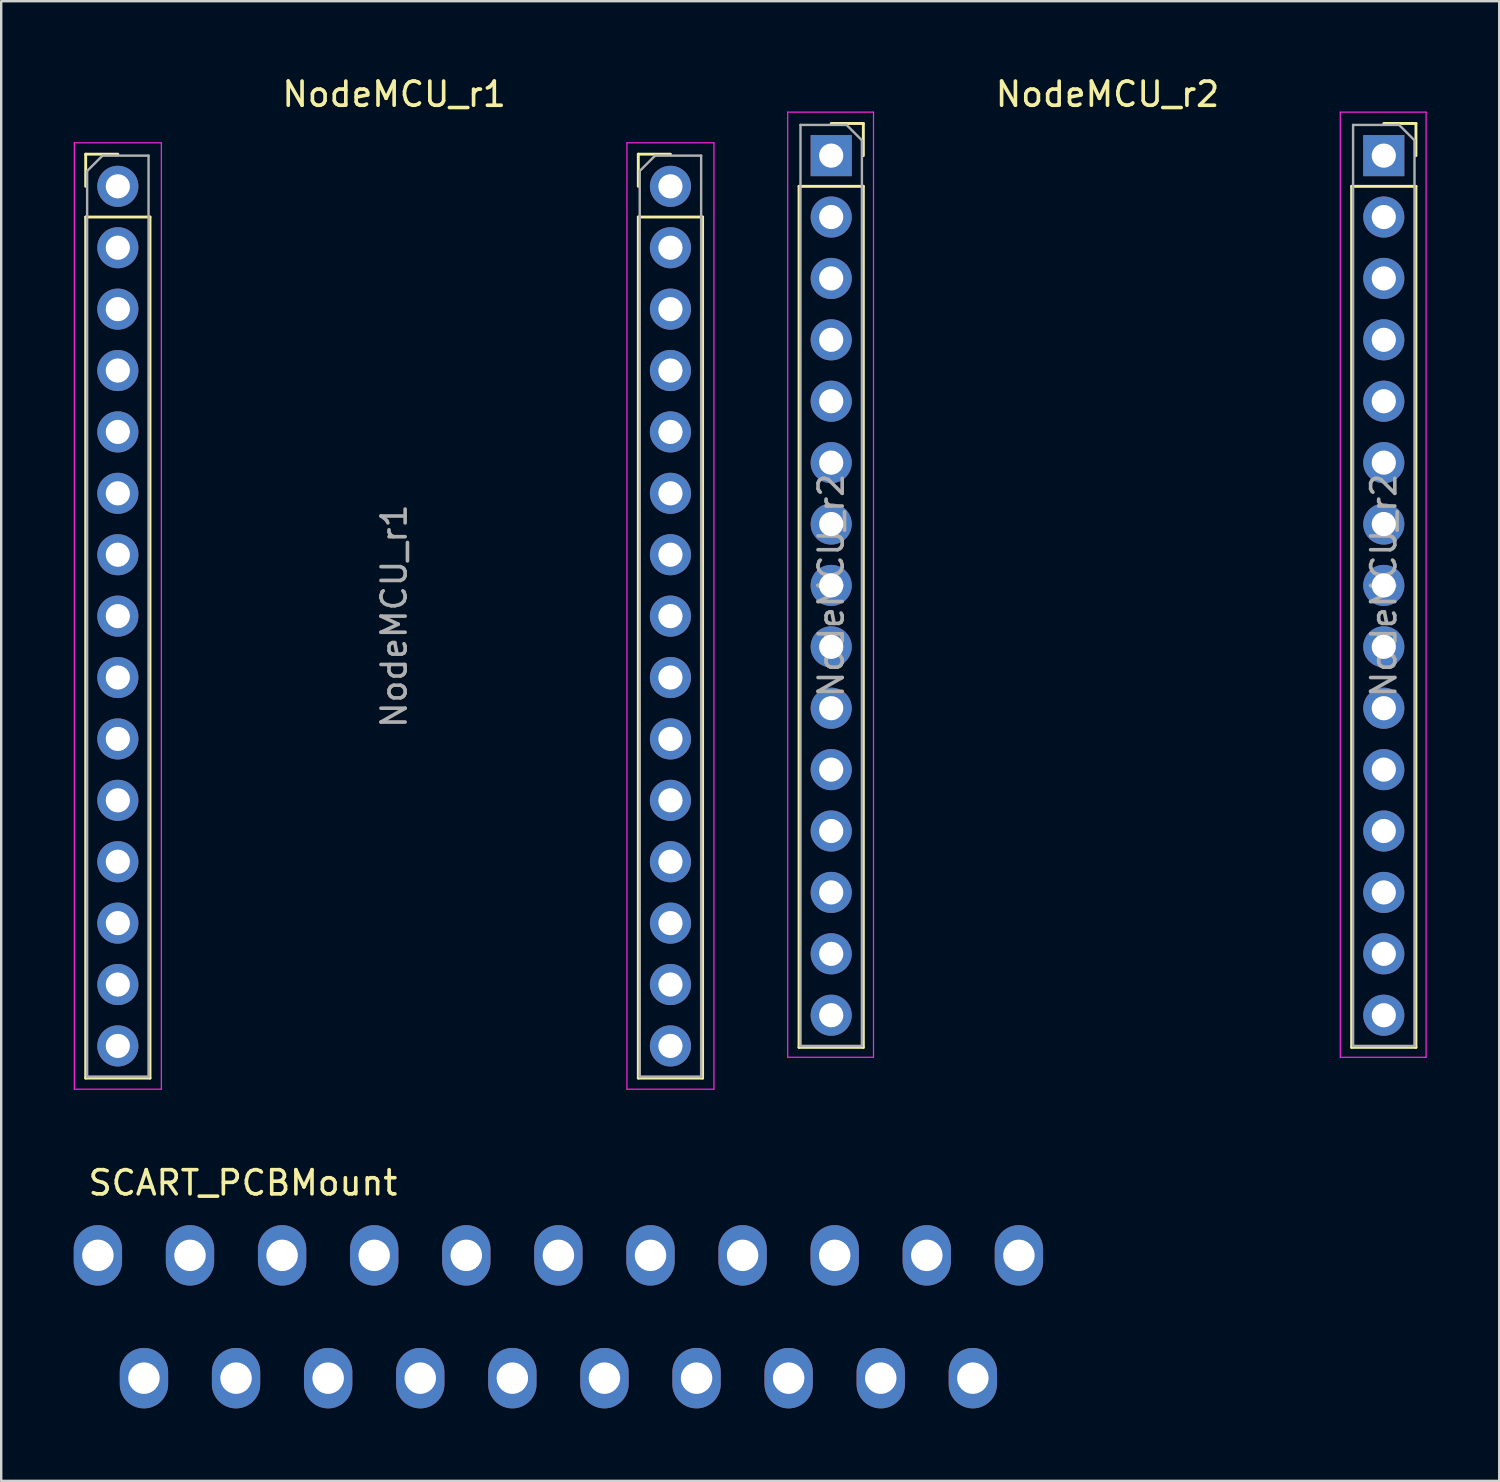
<source format=kicad_pcb>
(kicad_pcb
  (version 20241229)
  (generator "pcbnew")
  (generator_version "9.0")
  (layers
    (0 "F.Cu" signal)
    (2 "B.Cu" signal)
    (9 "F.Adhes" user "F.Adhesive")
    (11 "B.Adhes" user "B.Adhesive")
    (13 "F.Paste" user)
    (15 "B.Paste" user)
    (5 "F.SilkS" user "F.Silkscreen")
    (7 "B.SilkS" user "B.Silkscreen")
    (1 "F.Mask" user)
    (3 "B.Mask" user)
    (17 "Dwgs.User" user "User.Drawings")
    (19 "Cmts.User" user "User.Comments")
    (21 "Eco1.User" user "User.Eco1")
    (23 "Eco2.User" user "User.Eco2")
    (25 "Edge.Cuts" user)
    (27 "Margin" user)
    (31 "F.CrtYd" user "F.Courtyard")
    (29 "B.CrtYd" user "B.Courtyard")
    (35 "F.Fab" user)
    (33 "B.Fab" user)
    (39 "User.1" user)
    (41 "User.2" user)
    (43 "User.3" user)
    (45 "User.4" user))
  (footprint "NodeMCU_r2"
    (layer "F.Cu")
    (at 31.335 3.388)
    (property "Reference" "NodeMCU_r2" (at 11.43 -2.54 180) (layer "F.SilkS") (effects (font (size 1 1) (thickness 0.15))))
    (attr through_hole)
    (fp_line (start -1.33 1.27) (end -1.33 36.89) (stroke (width 0.12) (type solid)) (layer "F.SilkS"))
    (fp_line (start -1.33 1.27) (end 1.33 1.27) (stroke (width 0.12) (type solid)) (layer "F.SilkS"))
    (fp_line (start -1.33 36.89) (end 1.33 36.89) (stroke (width 0.12) (type solid)) (layer "F.SilkS"))
    (fp_line (start 0 -1.33) (end 1.33 -1.33) (stroke (width 0.12) (type solid)) (layer "F.SilkS"))
    (fp_line (start 1.33 -1.33) (end 1.33 0) (stroke (width 0.12) (type solid)) (layer "F.SilkS"))
    (fp_line (start 1.33 1.27) (end 1.33 36.89) (stroke (width 0.12) (type solid)) (layer "F.SilkS"))
    (fp_line (start 21.53 1.27) (end 21.53 36.89) (stroke (width 0.12) (type solid)) (layer "F.SilkS"))
    (fp_line (start 21.53 1.27) (end 24.19 1.27) (stroke (width 0.12) (type solid)) (layer "F.SilkS"))
    (fp_line (start 21.53 36.89) (end 24.19 36.89) (stroke (width 0.12) (type solid)) (layer "F.SilkS"))
    (fp_line (start 22.86 -1.33) (end 24.19 -1.33) (stroke (width 0.12) (type solid)) (layer "F.SilkS"))
    (fp_line (start 24.19 -1.33) (end 24.19 0) (stroke (width 0.12) (type solid)) (layer "F.SilkS"))
    (fp_line (start 24.19 1.27) (end 24.19 36.89) (stroke (width 0.12) (type solid)) (layer "F.SilkS"))
    (fp_line (start -1.8 -1.8) (end 1.75 -1.8) (stroke (width 0.05) (type solid)) (layer "F.CrtYd"))
    (fp_line (start -1.8 37.3) (end -1.8 -1.8) (stroke (width 0.05) (type solid)) (layer "F.CrtYd"))
    (fp_line (start 1.75 -1.8) (end 1.75 37.3) (stroke (width 0.05) (type solid)) (layer "F.CrtYd"))
    (fp_line (start 1.75 37.3) (end -1.8 37.3) (stroke (width 0.05) (type solid)) (layer "F.CrtYd"))
    (fp_line (start 21.06 -1.8) (end 24.61 -1.8) (stroke (width 0.05) (type solid)) (layer "F.CrtYd"))
    (fp_line (start 21.06 37.3) (end 21.06 -1.8) (stroke (width 0.05) (type solid)) (layer "F.CrtYd"))
    (fp_line (start 24.61 -1.8) (end 24.61 37.3) (stroke (width 0.05) (type solid)) (layer "F.CrtYd"))
    (fp_line (start 24.61 37.3) (end 21.06 37.3) (stroke (width 0.05) (type solid)) (layer "F.CrtYd"))
    (fp_line (start -1.27 -1.27) (end 0.635 -1.27) (stroke (width 0.1) (type solid)) (layer "F.Fab"))
    (fp_line (start -1.27 36.83) (end -1.27 -1.27) (stroke (width 0.1) (type solid)) (layer "F.Fab"))
    (fp_line (start 0.635 -1.27) (end 1.27 -0.635) (stroke (width 0.1) (type solid)) (layer "F.Fab"))
    (fp_line (start 1.27 -0.635) (end 1.27 36.83) (stroke (width 0.1) (type solid)) (layer "F.Fab"))
    (fp_line (start 1.27 36.83) (end -1.27 36.83) (stroke (width 0.1) (type solid)) (layer "F.Fab"))
    (fp_line (start 21.59 -1.27) (end 23.495 -1.27) (stroke (width 0.1) (type solid)) (layer "F.Fab"))
    (fp_line (start 21.59 36.83) (end 21.59 -1.27) (stroke (width 0.1) (type solid)) (layer "F.Fab"))
    (fp_line (start 23.495 -1.27) (end 24.13 -0.635) (stroke (width 0.1) (type solid)) (layer "F.Fab"))
    (fp_line (start 24.13 -0.635) (end 24.13 36.83) (stroke (width 0.1) (type solid)) (layer "F.Fab"))
    (fp_line (start 24.13 36.83) (end 21.59 36.83) (stroke (width 0.1) (type solid)) (layer "F.Fab"))
    (fp_text user "${REFERENCE}" (at 0 17.78 90) (layer "F.Fab") (effects (font (size 1 1) (thickness 0.15))))
    (fp_text user "${REFERENCE}" (at 22.86 17.78 90) (layer "F.Fab") (effects (font (size 1 1) (thickness 0.15))))
    (pad "3v3_1" thru_hole oval (at 22.86 12.7) (size 1.7 1.7) (drill 1) (layers "*.Cu" "*.Mask"))
    (pad "3v3_2" thru_hole oval (at 22.86 35.56) (size 1.7 1.7) (drill 1) (layers "*.Cu" "*.Mask"))
    (pad "3v3_3" thru_hole oval (at 0 25.4) (size 1.7 1.7) (drill 1) (layers "*.Cu" "*.Mask"))
    (pad "A0" thru_hole rect (at 0 0) (size 1.7 1.7) (drill 1) (layers "*.Cu" "*.Mask"))
    (pad "D0" thru_hole rect (at 22.86 0) (size 1.7 1.7) (drill 1) (layers "*.Cu" "*.Mask"))
    (pad "D1" thru_hole oval (at 22.86 2.54) (size 1.7 1.7) (drill 1) (layers "*.Cu" "*.Mask"))
    (pad "D2" thru_hole oval (at 22.86 5.08) (size 1.7 1.7) (drill 1) (layers "*.Cu" "*.Mask"))
    (pad "D3" thru_hole oval (at 22.86 7.62) (size 1.7 1.7) (drill 1) (layers "*.Cu" "*.Mask"))
    (pad "D4" thru_hole oval (at 22.86 10.16) (size 1.7 1.7) (drill 1) (layers "*.Cu" "*.Mask"))
    (pad "D5" thru_hole oval (at 22.86 17.78) (size 1.7 1.7) (drill 1) (layers "*.Cu" "*.Mask"))
    (pad "D6" thru_hole oval (at 22.86 20.32) (size 1.7 1.7) (drill 1) (layers "*.Cu" "*.Mask"))
    (pad "D7" thru_hole oval (at 22.86 22.86) (size 1.7 1.7) (drill 1) (layers "*.Cu" "*.Mask"))
    (pad "D8" thru_hole oval (at 22.86 25.4) (size 1.7 1.7) (drill 1) (layers "*.Cu" "*.Mask"))
    (pad "EN" thru_hole oval (at 0 27.94) (size 1.7 1.7) (drill 1) (layers "*.Cu" "*.Mask"))
    (pad "GND_0" thru_hole oval (at 22.86 15.24) (size 1.7 1.7) (drill 1) (layers "*.Cu" "*.Mask"))
    (pad "GND_1" thru_hole oval (at 22.86 33.02) (size 1.7 1.7) (drill 1) (layers "*.Cu" "*.Mask"))
    (pad "GND_2" thru_hole oval (at 0 22.86) (size 1.7 1.7) (drill 1) (layers "*.Cu" "*.Mask"))
    (pad "GND_3" thru_hole oval (at 0 33.02) (size 1.7 1.7) (drill 1) (layers "*.Cu" "*.Mask"))
    (pad "R1" thru_hole oval (at 0 2.54) (size 1.7 1.7) (drill 1) (layers "*.Cu" "*.Mask"))
    (pad "R2" thru_hole oval (at 0 5.08) (size 1.7 1.7) (drill 1) (layers "*.Cu" "*.Mask"))
    (pad "RST" thru_hole oval (at 0 30.48) (size 1.7 1.7) (drill 1) (layers "*.Cu" "*.Mask"))
    (pad "RX" thru_hole oval (at 22.86 27.94) (size 1.7 1.7) (drill 1) (layers "*.Cu" "*.Mask"))
    (pad "SDCLK" thru_hole oval (at 0 20.32) (size 1.7 1.7) (drill 1) (layers "*.Cu" "*.Mask"))
    (pad "SDCMD" thru_hole oval (at 0 15.24) (size 1.7 1.7) (drill 1) (layers "*.Cu" "*.Mask"))
    (pad "SDD0" thru_hole oval (at 0 17.78) (size 1.7 1.7) (drill 1) (layers "*.Cu" "*.Mask"))
    (pad "SDD1" thru_hole oval (at 0 12.7) (size 1.7 1.7) (drill 1) (layers "*.Cu" "*.Mask"))
    (pad "SDD2" thru_hole oval (at 0 10.16) (size 1.7 1.7) (drill 1) (layers "*.Cu" "*.Mask"))
    (pad "SDD3" thru_hole oval (at 0 7.62) (size 1.7 1.7) (drill 1) (layers "*.Cu" "*.Mask"))
    (pad "TX" thru_hole oval (at 22.86 30.48) (size 1.7 1.7) (drill 1) (layers "*.Cu" "*.Mask"))
    (pad "VIN" thru_hole oval (at 0 35.56) (size 1.7 1.7) (drill 1) (layers "*.Cu" "*.Mask")))
  (footprint "NodeMCU_r1"
    (layer "F.Cu")
    (at 13.255 4.658)
    (property "Reference" "NodeMCU_r1" (at 0 -3.81 0) (layer "F.SilkS") (effects (font (size 1 1) (thickness 0.15))))
    (attr through_hole)
    (fp_line (start -12.76 -1.33) (end -11.43 -1.33) (stroke (width 0.12) (type solid)) (layer "F.SilkS"))
    (fp_line (start -12.76 0) (end -12.76 -1.33) (stroke (width 0.12) (type solid)) (layer "F.SilkS"))
    (fp_line (start -12.76 1.27) (end -12.76 36.89) (stroke (width 0.12) (type solid)) (layer "F.SilkS"))
    (fp_line (start -12.76 1.27) (end -10.1 1.27) (stroke (width 0.12) (type solid)) (layer "F.SilkS"))
    (fp_line (start -12.76 36.89) (end -10.1 36.89) (stroke (width 0.12) (type solid)) (layer "F.SilkS"))
    (fp_line (start -10.1 1.27) (end -10.1 36.89) (stroke (width 0.12) (type solid)) (layer "F.SilkS"))
    (fp_line (start 10.1 -1.33) (end 11.43 -1.33) (stroke (width 0.12) (type solid)) (layer "F.SilkS"))
    (fp_line (start 10.1 0) (end 10.1 -1.33) (stroke (width 0.12) (type solid)) (layer "F.SilkS"))
    (fp_line (start 10.1 1.27) (end 10.1 36.89) (stroke (width 0.12) (type solid)) (layer "F.SilkS"))
    (fp_line (start 10.1 1.27) (end 12.76 1.27) (stroke (width 0.12) (type solid)) (layer "F.SilkS"))
    (fp_line (start 10.1 36.89) (end 12.76 36.89) (stroke (width 0.12) (type solid)) (layer "F.SilkS"))
    (fp_line (start 12.76 1.27) (end 12.76 36.89) (stroke (width 0.12) (type solid)) (layer "F.SilkS"))
    (fp_line (start -13.23 -1.8) (end -13.23 37.35) (stroke (width 0.05) (type solid)) (layer "F.CrtYd"))
    (fp_line (start -13.23 37.35) (end -9.63 37.35) (stroke (width 0.05) (type solid)) (layer "F.CrtYd"))
    (fp_line (start -9.63 -1.8) (end -13.23 -1.8) (stroke (width 0.05) (type solid)) (layer "F.CrtYd"))
    (fp_line (start -9.63 37.35) (end -9.63 -1.8) (stroke (width 0.05) (type solid)) (layer "F.CrtYd"))
    (fp_line (start 9.63 -1.8) (end 9.63 37.35) (stroke (width 0.05) (type solid)) (layer "F.CrtYd"))
    (fp_line (start 9.63 37.35) (end 13.23 37.35) (stroke (width 0.05) (type solid)) (layer "F.CrtYd"))
    (fp_line (start 13.23 -1.8) (end 9.63 -1.8) (stroke (width 0.05) (type solid)) (layer "F.CrtYd"))
    (fp_line (start 13.23 37.35) (end 13.23 -1.8) (stroke (width 0.05) (type solid)) (layer "F.CrtYd"))
    (fp_line (start -12.7 -0.635) (end -12.065 -1.27) (stroke (width 0.1) (type solid)) (layer "F.Fab"))
    (fp_line (start -12.7 36.83) (end -12.7 -0.635) (stroke (width 0.1) (type solid)) (layer "F.Fab"))
    (fp_line (start -12.065 -1.27) (end -10.16 -1.27) (stroke (width 0.1) (type solid)) (layer "F.Fab"))
    (fp_line (start -10.16 -1.27) (end -10.16 36.83) (stroke (width 0.1) (type solid)) (layer "F.Fab"))
    (fp_line (start -10.16 36.83) (end -12.7 36.83) (stroke (width 0.1) (type solid)) (layer "F.Fab"))
    (fp_line (start 10.16 -0.635) (end 10.795 -1.27) (stroke (width 0.1) (type solid)) (layer "F.Fab"))
    (fp_line (start 10.16 36.83) (end 10.16 -0.635) (stroke (width 0.1) (type solid)) (layer "F.Fab"))
    (fp_line (start 10.795 -1.27) (end 12.7 -1.27) (stroke (width 0.1) (type solid)) (layer "F.Fab"))
    (fp_line (start 12.7 -1.27) (end 12.7 36.83) (stroke (width 0.1) (type solid)) (layer "F.Fab"))
    (fp_line (start 12.7 36.83) (end 10.16 36.83) (stroke (width 0.1) (type solid)) (layer "F.Fab"))
    (fp_text user "${REFERENCE}" (at 0 17.78 90) (layer "F.Fab") (effects (font (size 1 1) (thickness 0.15))))
    (pad "3v3" thru_hole oval (at -11.43 25.4) (size 1.7 1.7) (drill 1) (layers "*.Cu" "*.Mask"))
    (pad "3v3" thru_hole oval (at 11.43 12.7) (size 1.7 1.7) (drill 1) (layers "*.Cu" "*.Mask"))
    (pad "3v3" thru_hole oval (at 11.43 35.56) (size 1.7 1.7) (drill 1) (layers "*.Cu" "*.Mask"))
    (pad "ADC0" thru_hole circle (at -11.43 0) (size 1.7 1.7) (drill 1) (layers "*.Cu" "*.Mask"))
    (pad "CS" thru_hole oval (at 11.43 25.4) (size 1.7 1.7) (drill 1) (layers "*.Cu" "*.Mask"))
    (pad "EN" thru_hole oval (at -11.43 27.94) (size 1.7 1.7) (drill 1) (layers "*.Cu" "*.Mask"))
    (pad "FLASH" thru_hole oval (at 11.43 7.62) (size 1.7 1.7) (drill 1) (layers "*.Cu" "*.Mask"))
    (pad "GND" thru_hole oval (at -11.43 22.86) (size 1.7 1.7) (drill 1) (layers "*.Cu" "*.Mask"))
    (pad "GND" thru_hole oval (at -11.43 33.02) (size 1.7 1.7) (drill 1) (layers "*.Cu" "*.Mask"))
    (pad "GND" thru_hole oval (at 11.43 15.24) (size 1.7 1.7) (drill 1) (layers "*.Cu" "*.Mask"))
    (pad "GND" thru_hole oval (at 11.43 33.02) (size 1.7 1.7) (drill 1) (layers "*.Cu" "*.Mask"))
    (pad "MISO" thru_hole oval (at 11.43 20.32) (size 1.7 1.7) (drill 1) (layers "*.Cu" "*.Mask"))
    (pad "MOSI" thru_hole oval (at 11.43 22.86) (size 1.7 1.7) (drill 1) (layers "*.Cu" "*.Mask"))
    (pad "R1" thru_hole oval (at -11.43 2.54) (size 1.7 1.7) (drill 1) (layers "*.Cu" "*.Mask"))
    (pad "R2" thru_hole oval (at -11.43 5.08) (size 1.7 1.7) (drill 1) (layers "*.Cu" "*.Mask"))
    (pad "RST" thru_hole oval (at -11.43 30.48) (size 1.7 1.7) (drill 1) (layers "*.Cu" "*.Mask"))
    (pad "RXD0" thru_hole oval (at 11.43 27.94) (size 1.7 1.7) (drill 1) (layers "*.Cu" "*.Mask"))
    (pad "SCL" thru_hole oval (at 11.43 2.54) (size 1.7 1.7) (drill 1) (layers "*.Cu" "*.Mask"))
    (pad "SCLK" thru_hole oval (at 11.43 17.78) (size 1.7 1.7) (drill 1) (layers "*.Cu" "*.Mask"))
    (pad "SDA" thru_hole oval (at 11.43 5.08) (size 1.7 1.7) (drill 1) (layers "*.Cu" "*.Mask"))
    (pad "SDCLK" thru_hole oval (at -11.43 20.32) (size 1.7 1.7) (drill 1) (layers "*.Cu" "*.Mask"))
    (pad "SDCMD" thru_hole oval (at -11.43 17.78) (size 1.7 1.7) (drill 1) (layers "*.Cu" "*.Mask"))
    (pad "SDD0" thru_hole oval (at -11.43 15.24) (size 1.7 1.7) (drill 1) (layers "*.Cu" "*.Mask"))
    (pad "SDD1" thru_hole oval (at -11.43 12.7) (size 1.7 1.7) (drill 1) (layers "*.Cu" "*.Mask"))
    (pad "SDD2" thru_hole oval (at -11.43 10.16) (size 1.7 1.7) (drill 1) (layers "*.Cu" "*.Mask"))
    (pad "SDD3" thru_hole oval (at -11.43 7.62) (size 1.7 1.7) (drill 1) (layers "*.Cu" "*.Mask"))
    (pad "TXD0" thru_hole oval (at 11.43 30.48) (size 1.7 1.7) (drill 1) (layers "*.Cu" "*.Mask"))
    (pad "TXD1" thru_hole oval (at 11.43 10.16) (size 1.7 1.7) (drill 1) (layers "*.Cu" "*.Mask"))
    (pad "VIN" thru_hole oval (at -11.43 35.56) (size 1.7 1.7) (drill 1) (layers "*.Cu" "*.Mask"))
    (pad "WAKE" thru_hole circle (at 11.43 0) (size 1.7 1.7) (drill 1) (layers "*.Cu" "*.Mask")))
  (footprint "SCART_PCBMount"
    (layer "F.Cu")
    (at 1 48.882)
    (property "Reference" "SCART_PCBMount" (at 6 -3 0) (layer "F.SilkS") (effects (font (size 1 1) (thickness 0.15))))
    (attr through_hole)
    (pad "1" thru_hole oval (at 38.1 0) (size 2 2.5) (drill 1.3) (layers "*.Cu" "*.Mask"))
    (pad "2" thru_hole oval (at 36.195 5.08) (size 2 2.5) (drill 1.3) (layers "*.Cu" "*.Mask"))
    (pad "3" thru_hole oval (at 34.29 0) (size 2 2.5) (drill 1.3) (layers "*.Cu" "*.Mask"))
    (pad "4" thru_hole oval (at 32.385 5.08) (size 2 2.5) (drill 1.3) (layers "*.Cu" "*.Mask"))
    (pad "5" thru_hole oval (at 30.48 0) (size 2 2.5) (drill 1.3) (layers "*.Cu" "*.Mask"))
    (pad "6" thru_hole oval (at 28.575 5.08) (size 2 2.5) (drill 1.3) (layers "*.Cu" "*.Mask"))
    (pad "7" thru_hole oval (at 26.67 0) (size 2 2.5) (drill 1.3) (layers "*.Cu" "*.Mask"))
    (pad "8" thru_hole oval (at 24.765 5.08) (size 2 2.5) (drill 1.3) (layers "*.Cu" "*.Mask"))
    (pad "9" thru_hole oval (at 22.86 0) (size 2 2.5) (drill 1.3) (layers "*.Cu" "*.Mask"))
    (pad "10" thru_hole oval (at 20.955 5.08) (size 2 2.5) (drill 1.3) (layers "*.Cu" "*.Mask"))
    (pad "11" thru_hole oval (at 19.05 0) (size 2 2.5) (drill 1.3) (layers "*.Cu" "*.Mask"))
    (pad "12" thru_hole oval (at 17.145 5.08) (size 2 2.5) (drill 1.3) (layers "*.Cu" "*.Mask"))
    (pad "13" thru_hole oval (at 15.24 0) (size 2 2.5) (drill 1.3) (layers "*.Cu" "*.Mask"))
    (pad "14" thru_hole oval (at 13.335 5.08) (size 2 2.5) (drill 1.3) (layers "*.Cu" "*.Mask"))
    (pad "15" thru_hole oval (at 11.43 0) (size 2 2.5) (drill 1.3) (layers "*.Cu" "*.Mask"))
    (pad "16" thru_hole oval (at 9.525 5.08) (size 2 2.5) (drill 1.3) (layers "*.Cu" "*.Mask"))
    (pad "17" thru_hole oval (at 7.62 0) (size 2 2.5) (drill 1.3) (layers "*.Cu" "*.Mask"))
    (pad "18" thru_hole oval (at 5.715 5.08) (size 2 2.5) (drill 1.3) (layers "*.Cu" "*.Mask"))
    (pad "19" thru_hole oval (at 3.81 0) (size 2 2.5) (drill 1.3) (layers "*.Cu" "*.Mask"))
    (pad "20" thru_hole oval (at 1.905 5.08) (size 2 2.5) (drill 1.3) (layers "*.Cu" "*.Mask"))
    (pad "21" thru_hole oval (at 0 0) (size 2 2.5) (drill 1.3) (layers "*.Cu" "*.Mask")))
  (gr_rect
    (start -3 -3)
    (end 58.97 58.212)
    (stroke (width 0.1) (type default))
    (fill no)
    (layer "Edge.Cuts")))
</source>
